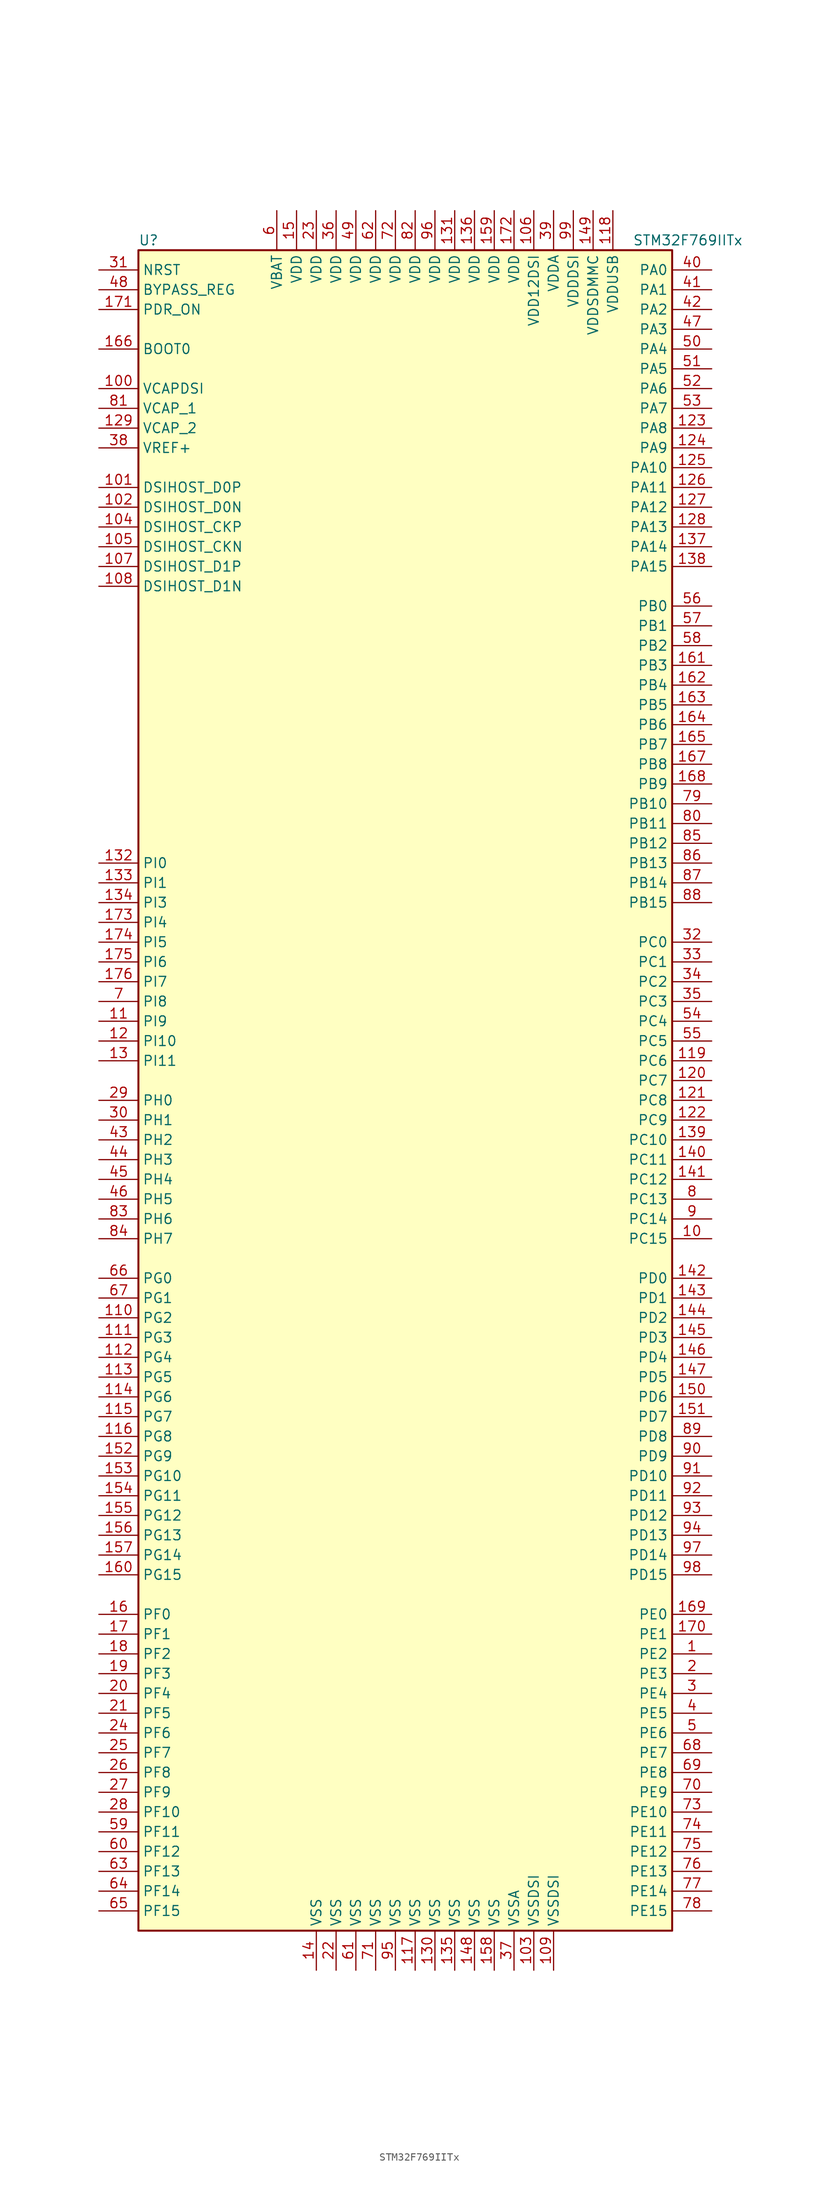
<source format=kicad_sym>
(kicad_symbol_lib
  (version 20201005)
  (generator kicad_symbol_editor)
  (symbol "STM32F769IITx"
    (property "Reference" "U"
      (at -35.56 107.95 0)
      (effects (font (size 1.27 1.27)) (justify left)))
    (property "Value" "STM32F769IITx"
      (at 27.94 107.95 0)
      (effects (font (size 1.27 1.27)) (justify left)))
    (symbol "STM32F769IITx_0_1"
      (rectangle (start -35.56 -109.22) (end 33.02 106.68) (stroke (width 0.254)) (fill (type background))))
    (symbol "STM32F769IITx_1_1"
      (pin bidirectional line (at 38.1 -73.66 180) (length 5.08) (name "PE2" (effects (font (size 1.27 1.27)))) (number "1" (effects (font (size 1.27 1.27)))))
      (pin bidirectional line (at 38.1 -20.32 180) (length 5.08) (name "PC15" (effects (font (size 1.27 1.27)))) (number "10" (effects (font (size 1.27 1.27)))))
      (pin power_in line (at -40.64 88.9 0) (length 5.08) (name "VCAPDSI" (effects (font (size 1.27 1.27)))) (number "100" (effects (font (size 1.27 1.27)))))
      (pin bidirectional line (at -40.64 76.2 0) (length 5.08) (name "DSIHOST_D0P" (effects (font (size 1.27 1.27)))) (number "101" (effects (font (size 1.27 1.27)))))
      (pin bidirectional line (at -40.64 73.66 0) (length 5.08) (name "DSIHOST_D0N" (effects (font (size 1.27 1.27)))) (number "102" (effects (font (size 1.27 1.27)))))
      (pin power_in line (at 15.24 -114.3 90) (length 5.08) (name "VSSDSI" (effects (font (size 1.27 1.27)))) (number "103" (effects (font (size 1.27 1.27)))))
      (pin bidirectional line (at -40.64 71.12 0) (length 5.08) (name "DSIHOST_CKP" (effects (font (size 1.27 1.27)))) (number "104" (effects (font (size 1.27 1.27)))))
      (pin bidirectional line (at -40.64 68.58 0) (length 5.08) (name "DSIHOST_CKN" (effects (font (size 1.27 1.27)))) (number "105" (effects (font (size 1.27 1.27)))))
      (pin power_in line (at 15.24 111.76 270) (length 5.08) (name "VDD12DSI" (effects (font (size 1.27 1.27)))) (number "106" (effects (font (size 1.27 1.27)))))
      (pin bidirectional line (at -40.64 66.04 0) (length 5.08) (name "DSIHOST_D1P" (effects (font (size 1.27 1.27)))) (number "107" (effects (font (size 1.27 1.27)))))
      (pin bidirectional line (at -40.64 63.5 0) (length 5.08) (name "DSIHOST_D1N" (effects (font (size 1.27 1.27)))) (number "108" (effects (font (size 1.27 1.27)))))
      (pin power_in line (at 17.78 -114.3 90) (length 5.08) (name "VSSDSI" (effects (font (size 1.27 1.27)))) (number "109" (effects (font (size 1.27 1.27)))))
      (pin bidirectional line (at -40.64 7.62 0) (length 5.08) (name "PI9" (effects (font (size 1.27 1.27)))) (number "11" (effects (font (size 1.27 1.27)))))
      (pin bidirectional line (at -40.64 -30.48 0) (length 5.08) (name "PG2" (effects (font (size 1.27 1.27)))) (number "110" (effects (font (size 1.27 1.27)))))
      (pin bidirectional line (at -40.64 -33.02 0) (length 5.08) (name "PG3" (effects (font (size 1.27 1.27)))) (number "111" (effects (font (size 1.27 1.27)))))
      (pin bidirectional line (at -40.64 -35.56 0) (length 5.08) (name "PG4" (effects (font (size 1.27 1.27)))) (number "112" (effects (font (size 1.27 1.27)))))
      (pin bidirectional line (at -40.64 -38.1 0) (length 5.08) (name "PG5" (effects (font (size 1.27 1.27)))) (number "113" (effects (font (size 1.27 1.27)))))
      (pin bidirectional line (at -40.64 -40.64 0) (length 5.08) (name "PG6" (effects (font (size 1.27 1.27)))) (number "114" (effects (font (size 1.27 1.27)))))
      (pin bidirectional line (at -40.64 -43.18 0) (length 5.08) (name "PG7" (effects (font (size 1.27 1.27)))) (number "115" (effects (font (size 1.27 1.27)))))
      (pin bidirectional line (at -40.64 -45.72 0) (length 5.08) (name "PG8" (effects (font (size 1.27 1.27)))) (number "116" (effects (font (size 1.27 1.27)))))
      (pin power_in line (at 0 -114.3 90) (length 5.08) (name "VSS" (effects (font (size 1.27 1.27)))) (number "117" (effects (font (size 1.27 1.27)))))
      (pin power_in line (at 25.4 111.76 270) (length 5.08) (name "VDDUSB" (effects (font (size 1.27 1.27)))) (number "118" (effects (font (size 1.27 1.27)))))
      (pin bidirectional line (at 38.1 2.54 180) (length 5.08) (name "PC6" (effects (font (size 1.27 1.27)))) (number "119" (effects (font (size 1.27 1.27)))))
      (pin bidirectional line (at -40.64 5.08 0) (length 5.08) (name "PI10" (effects (font (size 1.27 1.27)))) (number "12" (effects (font (size 1.27 1.27)))))
      (pin bidirectional line (at 38.1 0 180) (length 5.08) (name "PC7" (effects (font (size 1.27 1.27)))) (number "120" (effects (font (size 1.27 1.27)))))
      (pin bidirectional line (at 38.1 -2.54 180) (length 5.08) (name "PC8" (effects (font (size 1.27 1.27)))) (number "121" (effects (font (size 1.27 1.27)))))
      (pin bidirectional line (at 38.1 -5.08 180) (length 5.08) (name "PC9" (effects (font (size 1.27 1.27)))) (number "122" (effects (font (size 1.27 1.27)))))
      (pin bidirectional line (at 38.1 83.82 180) (length 5.08) (name "PA8" (effects (font (size 1.27 1.27)))) (number "123" (effects (font (size 1.27 1.27)))))
      (pin bidirectional line (at 38.1 81.28 180) (length 5.08) (name "PA9" (effects (font (size 1.27 1.27)))) (number "124" (effects (font (size 1.27 1.27)))))
      (pin bidirectional line (at 38.1 78.74 180) (length 5.08) (name "PA10" (effects (font (size 1.27 1.27)))) (number "125" (effects (font (size 1.27 1.27)))))
      (pin bidirectional line (at 38.1 76.2 180) (length 5.08) (name "PA11" (effects (font (size 1.27 1.27)))) (number "126" (effects (font (size 1.27 1.27)))))
      (pin bidirectional line (at 38.1 73.66 180) (length 5.08) (name "PA12" (effects (font (size 1.27 1.27)))) (number "127" (effects (font (size 1.27 1.27)))))
      (pin bidirectional line (at 38.1 71.12 180) (length 5.08) (name "PA13" (effects (font (size 1.27 1.27)))) (number "128" (effects (font (size 1.27 1.27)))))
      (pin power_in line (at -40.64 83.82 0) (length 5.08) (name "VCAP_2" (effects (font (size 1.27 1.27)))) (number "129" (effects (font (size 1.27 1.27)))))
      (pin bidirectional line (at -40.64 2.54 0) (length 5.08) (name "PI11" (effects (font (size 1.27 1.27)))) (number "13" (effects (font (size 1.27 1.27)))))
      (pin power_in line (at 2.54 -114.3 90) (length 5.08) (name "VSS" (effects (font (size 1.27 1.27)))) (number "130" (effects (font (size 1.27 1.27)))))
      (pin power_in line (at 5.08 111.76 270) (length 5.08) (name "VDD" (effects (font (size 1.27 1.27)))) (number "131" (effects (font (size 1.27 1.27)))))
      (pin bidirectional line (at -40.64 27.94 0) (length 5.08) (name "PI0" (effects (font (size 1.27 1.27)))) (number "132" (effects (font (size 1.27 1.27)))))
      (pin bidirectional line (at -40.64 25.4 0) (length 5.08) (name "PI1" (effects (font (size 1.27 1.27)))) (number "133" (effects (font (size 1.27 1.27)))))
      (pin bidirectional line (at -40.64 22.86 0) (length 5.08) (name "PI3" (effects (font (size 1.27 1.27)))) (number "134" (effects (font (size 1.27 1.27)))))
      (pin power_in line (at 5.08 -114.3 90) (length 5.08) (name "VSS" (effects (font (size 1.27 1.27)))) (number "135" (effects (font (size 1.27 1.27)))))
      (pin power_in line (at 7.62 111.76 270) (length 5.08) (name "VDD" (effects (font (size 1.27 1.27)))) (number "136" (effects (font (size 1.27 1.27)))))
      (pin bidirectional line (at 38.1 68.58 180) (length 5.08) (name "PA14" (effects (font (size 1.27 1.27)))) (number "137" (effects (font (size 1.27 1.27)))))
      (pin bidirectional line (at 38.1 66.04 180) (length 5.08) (name "PA15" (effects (font (size 1.27 1.27)))) (number "138" (effects (font (size 1.27 1.27)))))
      (pin bidirectional line (at 38.1 -7.62 180) (length 5.08) (name "PC10" (effects (font (size 1.27 1.27)))) (number "139" (effects (font (size 1.27 1.27)))))
      (pin power_in line (at -12.7 -114.3 90) (length 5.08) (name "VSS" (effects (font (size 1.27 1.27)))) (number "14" (effects (font (size 1.27 1.27)))))
      (pin bidirectional line (at 38.1 -10.16 180) (length 5.08) (name "PC11" (effects (font (size 1.27 1.27)))) (number "140" (effects (font (size 1.27 1.27)))))
      (pin bidirectional line (at 38.1 -12.7 180) (length 5.08) (name "PC12" (effects (font (size 1.27 1.27)))) (number "141" (effects (font (size 1.27 1.27)))))
      (pin bidirectional line (at 38.1 -25.4 180) (length 5.08) (name "PD0" (effects (font (size 1.27 1.27)))) (number "142" (effects (font (size 1.27 1.27)))))
      (pin bidirectional line (at 38.1 -27.94 180) (length 5.08) (name "PD1" (effects (font (size 1.27 1.27)))) (number "143" (effects (font (size 1.27 1.27)))))
      (pin bidirectional line (at 38.1 -30.48 180) (length 5.08) (name "PD2" (effects (font (size 1.27 1.27)))) (number "144" (effects (font (size 1.27 1.27)))))
      (pin bidirectional line (at 38.1 -33.02 180) (length 5.08) (name "PD3" (effects (font (size 1.27 1.27)))) (number "145" (effects (font (size 1.27 1.27)))))
      (pin bidirectional line (at 38.1 -35.56 180) (length 5.08) (name "PD4" (effects (font (size 1.27 1.27)))) (number "146" (effects (font (size 1.27 1.27)))))
      (pin bidirectional line (at 38.1 -38.1 180) (length 5.08) (name "PD5" (effects (font (size 1.27 1.27)))) (number "147" (effects (font (size 1.27 1.27)))))
      (pin power_in line (at 7.62 -114.3 90) (length 5.08) (name "VSS" (effects (font (size 1.27 1.27)))) (number "148" (effects (font (size 1.27 1.27)))))
      (pin power_in line (at 22.86 111.76 270) (length 5.08) (name "VDDSDMMC" (effects (font (size 1.27 1.27)))) (number "149" (effects (font (size 1.27 1.27)))))
      (pin power_in line (at -15.24 111.76 270) (length 5.08) (name "VDD" (effects (font (size 1.27 1.27)))) (number "15" (effects (font (size 1.27 1.27)))))
      (pin bidirectional line (at 38.1 -40.64 180) (length 5.08) (name "PD6" (effects (font (size 1.27 1.27)))) (number "150" (effects (font (size 1.27 1.27)))))
      (pin bidirectional line (at 38.1 -43.18 180) (length 5.08) (name "PD7" (effects (font (size 1.27 1.27)))) (number "151" (effects (font (size 1.27 1.27)))))
      (pin bidirectional line (at -40.64 -48.26 0) (length 5.08) (name "PG9" (effects (font (size 1.27 1.27)))) (number "152" (effects (font (size 1.27 1.27)))))
      (pin bidirectional line (at -40.64 -50.8 0) (length 5.08) (name "PG10" (effects (font (size 1.27 1.27)))) (number "153" (effects (font (size 1.27 1.27)))))
      (pin bidirectional line (at -40.64 -53.34 0) (length 5.08) (name "PG11" (effects (font (size 1.27 1.27)))) (number "154" (effects (font (size 1.27 1.27)))))
      (pin bidirectional line (at -40.64 -55.88 0) (length 5.08) (name "PG12" (effects (font (size 1.27 1.27)))) (number "155" (effects (font (size 1.27 1.27)))))
      (pin bidirectional line (at -40.64 -58.42 0) (length 5.08) (name "PG13" (effects (font (size 1.27 1.27)))) (number "156" (effects (font (size 1.27 1.27)))))
      (pin bidirectional line (at -40.64 -60.96 0) (length 5.08) (name "PG14" (effects (font (size 1.27 1.27)))) (number "157" (effects (font (size 1.27 1.27)))))
      (pin power_in line (at 10.16 -114.3 90) (length 5.08) (name "VSS" (effects (font (size 1.27 1.27)))) (number "158" (effects (font (size 1.27 1.27)))))
      (pin power_in line (at 10.16 111.76 270) (length 5.08) (name "VDD" (effects (font (size 1.27 1.27)))) (number "159" (effects (font (size 1.27 1.27)))))
      (pin bidirectional line (at -40.64 -68.58 0) (length 5.08) (name "PF0" (effects (font (size 1.27 1.27)))) (number "16" (effects (font (size 1.27 1.27)))))
      (pin bidirectional line (at -40.64 -63.5 0) (length 5.08) (name "PG15" (effects (font (size 1.27 1.27)))) (number "160" (effects (font (size 1.27 1.27)))))
      (pin bidirectional line (at 38.1 53.34 180) (length 5.08) (name "PB3" (effects (font (size 1.27 1.27)))) (number "161" (effects (font (size 1.27 1.27)))))
      (pin bidirectional line (at 38.1 50.8 180) (length 5.08) (name "PB4" (effects (font (size 1.27 1.27)))) (number "162" (effects (font (size 1.27 1.27)))))
      (pin bidirectional line (at 38.1 48.26 180) (length 5.08) (name "PB5" (effects (font (size 1.27 1.27)))) (number "163" (effects (font (size 1.27 1.27)))))
      (pin bidirectional line (at 38.1 45.72 180) (length 5.08) (name "PB6" (effects (font (size 1.27 1.27)))) (number "164" (effects (font (size 1.27 1.27)))))
      (pin bidirectional line (at 38.1 43.18 180) (length 5.08) (name "PB7" (effects (font (size 1.27 1.27)))) (number "165" (effects (font (size 1.27 1.27)))))
      (pin input line (at -40.64 93.98 0) (length 5.08) (name "BOOT0" (effects (font (size 1.27 1.27)))) (number "166" (effects (font (size 1.27 1.27)))))
      (pin bidirectional line (at 38.1 40.64 180) (length 5.08) (name "PB8" (effects (font (size 1.27 1.27)))) (number "167" (effects (font (size 1.27 1.27)))))
      (pin bidirectional line (at 38.1 38.1 180) (length 5.08) (name "PB9" (effects (font (size 1.27 1.27)))) (number "168" (effects (font (size 1.27 1.27)))))
      (pin bidirectional line (at 38.1 -68.58 180) (length 5.08) (name "PE0" (effects (font (size 1.27 1.27)))) (number "169" (effects (font (size 1.27 1.27)))))
      (pin bidirectional line (at -40.64 -71.12 0) (length 5.08) (name "PF1" (effects (font (size 1.27 1.27)))) (number "17" (effects (font (size 1.27 1.27)))))
      (pin bidirectional line (at 38.1 -71.12 180) (length 5.08) (name "PE1" (effects (font (size 1.27 1.27)))) (number "170" (effects (font (size 1.27 1.27)))))
      (pin input line (at -40.64 99.06 0) (length 5.08) (name "PDR_ON" (effects (font (size 1.27 1.27)))) (number "171" (effects (font (size 1.27 1.27)))))
      (pin power_in line (at 12.7 111.76 270) (length 5.08) (name "VDD" (effects (font (size 1.27 1.27)))) (number "172" (effects (font (size 1.27 1.27)))))
      (pin bidirectional line (at -40.64 20.32 0) (length 5.08) (name "PI4" (effects (font (size 1.27 1.27)))) (number "173" (effects (font (size 1.27 1.27)))))
      (pin bidirectional line (at -40.64 17.78 0) (length 5.08) (name "PI5" (effects (font (size 1.27 1.27)))) (number "174" (effects (font (size 1.27 1.27)))))
      (pin bidirectional line (at -40.64 15.24 0) (length 5.08) (name "PI6" (effects (font (size 1.27 1.27)))) (number "175" (effects (font (size 1.27 1.27)))))
      (pin bidirectional line (at -40.64 12.7 0) (length 5.08) (name "PI7" (effects (font (size 1.27 1.27)))) (number "176" (effects (font (size 1.27 1.27)))))
      (pin bidirectional line (at -40.64 -73.66 0) (length 5.08) (name "PF2" (effects (font (size 1.27 1.27)))) (number "18" (effects (font (size 1.27 1.27)))))
      (pin bidirectional line (at -40.64 -76.2 0) (length 5.08) (name "PF3" (effects (font (size 1.27 1.27)))) (number "19" (effects (font (size 1.27 1.27)))))
      (pin bidirectional line (at 38.1 -76.2 180) (length 5.08) (name "PE3" (effects (font (size 1.27 1.27)))) (number "2" (effects (font (size 1.27 1.27)))))
      (pin bidirectional line (at -40.64 -78.74 0) (length 5.08) (name "PF4" (effects (font (size 1.27 1.27)))) (number "20" (effects (font (size 1.27 1.27)))))
      (pin bidirectional line (at -40.64 -81.28 0) (length 5.08) (name "PF5" (effects (font (size 1.27 1.27)))) (number "21" (effects (font (size 1.27 1.27)))))
      (pin power_in line (at -10.16 -114.3 90) (length 5.08) (name "VSS" (effects (font (size 1.27 1.27)))) (number "22" (effects (font (size 1.27 1.27)))))
      (pin power_in line (at -12.7 111.76 270) (length 5.08) (name "VDD" (effects (font (size 1.27 1.27)))) (number "23" (effects (font (size 1.27 1.27)))))
      (pin bidirectional line (at -40.64 -83.82 0) (length 5.08) (name "PF6" (effects (font (size 1.27 1.27)))) (number "24" (effects (font (size 1.27 1.27)))))
      (pin bidirectional line (at -40.64 -86.36 0) (length 5.08) (name "PF7" (effects (font (size 1.27 1.27)))) (number "25" (effects (font (size 1.27 1.27)))))
      (pin bidirectional line (at -40.64 -88.9 0) (length 5.08) (name "PF8" (effects (font (size 1.27 1.27)))) (number "26" (effects (font (size 1.27 1.27)))))
      (pin bidirectional line (at -40.64 -91.44 0) (length 5.08) (name "PF9" (effects (font (size 1.27 1.27)))) (number "27" (effects (font (size 1.27 1.27)))))
      (pin bidirectional line (at -40.64 -93.98 0) (length 5.08) (name "PF10" (effects (font (size 1.27 1.27)))) (number "28" (effects (font (size 1.27 1.27)))))
      (pin input line (at -40.64 -2.54 0) (length 5.08) (name "PH0" (effects (font (size 1.27 1.27)))) (number "29" (effects (font (size 1.27 1.27)))))
      (pin bidirectional line (at 38.1 -78.74 180) (length 5.08) (name "PE4" (effects (font (size 1.27 1.27)))) (number "3" (effects (font (size 1.27 1.27)))))
      (pin input line (at -40.64 -5.08 0) (length 5.08) (name "PH1" (effects (font (size 1.27 1.27)))) (number "30" (effects (font (size 1.27 1.27)))))
      (pin input line (at -40.64 104.14 0) (length 5.08) (name "NRST" (effects (font (size 1.27 1.27)))) (number "31" (effects (font (size 1.27 1.27)))))
      (pin bidirectional line (at 38.1 17.78 180) (length 5.08) (name "PC0" (effects (font (size 1.27 1.27)))) (number "32" (effects (font (size 1.27 1.27)))))
      (pin bidirectional line (at 38.1 15.24 180) (length 5.08) (name "PC1" (effects (font (size 1.27 1.27)))) (number "33" (effects (font (size 1.27 1.27)))))
      (pin bidirectional line (at 38.1 12.7 180) (length 5.08) (name "PC2" (effects (font (size 1.27 1.27)))) (number "34" (effects (font (size 1.27 1.27)))))
      (pin bidirectional line (at 38.1 10.16 180) (length 5.08) (name "PC3" (effects (font (size 1.27 1.27)))) (number "35" (effects (font (size 1.27 1.27)))))
      (pin power_in line (at -10.16 111.76 270) (length 5.08) (name "VDD" (effects (font (size 1.27 1.27)))) (number "36" (effects (font (size 1.27 1.27)))))
      (pin power_in line (at 12.7 -114.3 90) (length 5.08) (name "VSSA" (effects (font (size 1.27 1.27)))) (number "37" (effects (font (size 1.27 1.27)))))
      (pin power_in line (at -40.64 81.28 0) (length 5.08) (name "VREF+" (effects (font (size 1.27 1.27)))) (number "38" (effects (font (size 1.27 1.27)))))
      (pin power_in line (at 17.78 111.76 270) (length 5.08) (name "VDDA" (effects (font (size 1.27 1.27)))) (number "39" (effects (font (size 1.27 1.27)))))
      (pin bidirectional line (at 38.1 -81.28 180) (length 5.08) (name "PE5" (effects (font (size 1.27 1.27)))) (number "4" (effects (font (size 1.27 1.27)))))
      (pin bidirectional line (at 38.1 104.14 180) (length 5.08) (name "PA0" (effects (font (size 1.27 1.27)))) (number "40" (effects (font (size 1.27 1.27)))))
      (pin bidirectional line (at 38.1 101.6 180) (length 5.08) (name "PA1" (effects (font (size 1.27 1.27)))) (number "41" (effects (font (size 1.27 1.27)))))
      (pin bidirectional line (at 38.1 99.06 180) (length 5.08) (name "PA2" (effects (font (size 1.27 1.27)))) (number "42" (effects (font (size 1.27 1.27)))))
      (pin bidirectional line (at -40.64 -7.62 0) (length 5.08) (name "PH2" (effects (font (size 1.27 1.27)))) (number "43" (effects (font (size 1.27 1.27)))))
      (pin bidirectional line (at -40.64 -10.16 0) (length 5.08) (name "PH3" (effects (font (size 1.27 1.27)))) (number "44" (effects (font (size 1.27 1.27)))))
      (pin bidirectional line (at -40.64 -12.7 0) (length 5.08) (name "PH4" (effects (font (size 1.27 1.27)))) (number "45" (effects (font (size 1.27 1.27)))))
      (pin bidirectional line (at -40.64 -15.24 0) (length 5.08) (name "PH5" (effects (font (size 1.27 1.27)))) (number "46" (effects (font (size 1.27 1.27)))))
      (pin bidirectional line (at 38.1 96.52 180) (length 5.08) (name "PA3" (effects (font (size 1.27 1.27)))) (number "47" (effects (font (size 1.27 1.27)))))
      (pin input line (at -40.64 101.6 0) (length 5.08) (name "BYPASS_REG" (effects (font (size 1.27 1.27)))) (number "48" (effects (font (size 1.27 1.27)))))
      (pin power_in line (at -7.62 111.76 270) (length 5.08) (name "VDD" (effects (font (size 1.27 1.27)))) (number "49" (effects (font (size 1.27 1.27)))))
      (pin bidirectional line (at 38.1 -83.82 180) (length 5.08) (name "PE6" (effects (font (size 1.27 1.27)))) (number "5" (effects (font (size 1.27 1.27)))))
      (pin bidirectional line (at 38.1 93.98 180) (length 5.08) (name "PA4" (effects (font (size 1.27 1.27)))) (number "50" (effects (font (size 1.27 1.27)))))
      (pin bidirectional line (at 38.1 91.44 180) (length 5.08) (name "PA5" (effects (font (size 1.27 1.27)))) (number "51" (effects (font (size 1.27 1.27)))))
      (pin bidirectional line (at 38.1 88.9 180) (length 5.08) (name "PA6" (effects (font (size 1.27 1.27)))) (number "52" (effects (font (size 1.27 1.27)))))
      (pin bidirectional line (at 38.1 86.36 180) (length 5.08) (name "PA7" (effects (font (size 1.27 1.27)))) (number "53" (effects (font (size 1.27 1.27)))))
      (pin bidirectional line (at 38.1 7.62 180) (length 5.08) (name "PC4" (effects (font (size 1.27 1.27)))) (number "54" (effects (font (size 1.27 1.27)))))
      (pin bidirectional line (at 38.1 5.08 180) (length 5.08) (name "PC5" (effects (font (size 1.27 1.27)))) (number "55" (effects (font (size 1.27 1.27)))))
      (pin bidirectional line (at 38.1 60.96 180) (length 5.08) (name "PB0" (effects (font (size 1.27 1.27)))) (number "56" (effects (font (size 1.27 1.27)))))
      (pin bidirectional line (at 38.1 58.42 180) (length 5.08) (name "PB1" (effects (font (size 1.27 1.27)))) (number "57" (effects (font (size 1.27 1.27)))))
      (pin bidirectional line (at 38.1 55.88 180) (length 5.08) (name "PB2" (effects (font (size 1.27 1.27)))) (number "58" (effects (font (size 1.27 1.27)))))
      (pin bidirectional line (at -40.64 -96.52 0) (length 5.08) (name "PF11" (effects (font (size 1.27 1.27)))) (number "59" (effects (font (size 1.27 1.27)))))
      (pin power_in line (at -17.78 111.76 270) (length 5.08) (name "VBAT" (effects (font (size 1.27 1.27)))) (number "6" (effects (font (size 1.27 1.27)))))
      (pin bidirectional line (at -40.64 -99.06 0) (length 5.08) (name "PF12" (effects (font (size 1.27 1.27)))) (number "60" (effects (font (size 1.27 1.27)))))
      (pin power_in line (at -7.62 -114.3 90) (length 5.08) (name "VSS" (effects (font (size 1.27 1.27)))) (number "61" (effects (font (size 1.27 1.27)))))
      (pin power_in line (at -5.08 111.76 270) (length 5.08) (name "VDD" (effects (font (size 1.27 1.27)))) (number "62" (effects (font (size 1.27 1.27)))))
      (pin bidirectional line (at -40.64 -101.6 0) (length 5.08) (name "PF13" (effects (font (size 1.27 1.27)))) (number "63" (effects (font (size 1.27 1.27)))))
      (pin bidirectional line (at -40.64 -104.14 0) (length 5.08) (name "PF14" (effects (font (size 1.27 1.27)))) (number "64" (effects (font (size 1.27 1.27)))))
      (pin bidirectional line (at -40.64 -106.68 0) (length 5.08) (name "PF15" (effects (font (size 1.27 1.27)))) (number "65" (effects (font (size 1.27 1.27)))))
      (pin bidirectional line (at -40.64 -25.4 0) (length 5.08) (name "PG0" (effects (font (size 1.27 1.27)))) (number "66" (effects (font (size 1.27 1.27)))))
      (pin bidirectional line (at -40.64 -27.94 0) (length 5.08) (name "PG1" (effects (font (size 1.27 1.27)))) (number "67" (effects (font (size 1.27 1.27)))))
      (pin bidirectional line (at 38.1 -86.36 180) (length 5.08) (name "PE7" (effects (font (size 1.27 1.27)))) (number "68" (effects (font (size 1.27 1.27)))))
      (pin bidirectional line (at 38.1 -88.9 180) (length 5.08) (name "PE8" (effects (font (size 1.27 1.27)))) (number "69" (effects (font (size 1.27 1.27)))))
      (pin bidirectional line (at -40.64 10.16 0) (length 5.08) (name "PI8" (effects (font (size 1.27 1.27)))) (number "7" (effects (font (size 1.27 1.27)))))
      (pin bidirectional line (at 38.1 -91.44 180) (length 5.08) (name "PE9" (effects (font (size 1.27 1.27)))) (number "70" (effects (font (size 1.27 1.27)))))
      (pin power_in line (at -5.08 -114.3 90) (length 5.08) (name "VSS" (effects (font (size 1.27 1.27)))) (number "71" (effects (font (size 1.27 1.27)))))
      (pin power_in line (at -2.54 111.76 270) (length 5.08) (name "VDD" (effects (font (size 1.27 1.27)))) (number "72" (effects (font (size 1.27 1.27)))))
      (pin bidirectional line (at 38.1 -93.98 180) (length 5.08) (name "PE10" (effects (font (size 1.27 1.27)))) (number "73" (effects (font (size 1.27 1.27)))))
      (pin bidirectional line (at 38.1 -96.52 180) (length 5.08) (name "PE11" (effects (font (size 1.27 1.27)))) (number "74" (effects (font (size 1.27 1.27)))))
      (pin bidirectional line (at 38.1 -99.06 180) (length 5.08) (name "PE12" (effects (font (size 1.27 1.27)))) (number "75" (effects (font (size 1.27 1.27)))))
      (pin bidirectional line (at 38.1 -101.6 180) (length 5.08) (name "PE13" (effects (font (size 1.27 1.27)))) (number "76" (effects (font (size 1.27 1.27)))))
      (pin bidirectional line (at 38.1 -104.14 180) (length 5.08) (name "PE14" (effects (font (size 1.27 1.27)))) (number "77" (effects (font (size 1.27 1.27)))))
      (pin bidirectional line (at 38.1 -106.68 180) (length 5.08) (name "PE15" (effects (font (size 1.27 1.27)))) (number "78" (effects (font (size 1.27 1.27)))))
      (pin bidirectional line (at 38.1 35.56 180) (length 5.08) (name "PB10" (effects (font (size 1.27 1.27)))) (number "79" (effects (font (size 1.27 1.27)))))
      (pin bidirectional line (at 38.1 -15.24 180) (length 5.08) (name "PC13" (effects (font (size 1.27 1.27)))) (number "8" (effects (font (size 1.27 1.27)))))
      (pin bidirectional line (at 38.1 33.02 180) (length 5.08) (name "PB11" (effects (font (size 1.27 1.27)))) (number "80" (effects (font (size 1.27 1.27)))))
      (pin power_in line (at -40.64 86.36 0) (length 5.08) (name "VCAP_1" (effects (font (size 1.27 1.27)))) (number "81" (effects (font (size 1.27 1.27)))))
      (pin power_in line (at 0 111.76 270) (length 5.08) (name "VDD" (effects (font (size 1.27 1.27)))) (number "82" (effects (font (size 1.27 1.27)))))
      (pin bidirectional line (at -40.64 -17.78 0) (length 5.08) (name "PH6" (effects (font (size 1.27 1.27)))) (number "83" (effects (font (size 1.27 1.27)))))
      (pin bidirectional line (at -40.64 -20.32 0) (length 5.08) (name "PH7" (effects (font (size 1.27 1.27)))) (number "84" (effects (font (size 1.27 1.27)))))
      (pin bidirectional line (at 38.1 30.48 180) (length 5.08) (name "PB12" (effects (font (size 1.27 1.27)))) (number "85" (effects (font (size 1.27 1.27)))))
      (pin bidirectional line (at 38.1 27.94 180) (length 5.08) (name "PB13" (effects (font (size 1.27 1.27)))) (number "86" (effects (font (size 1.27 1.27)))))
      (pin bidirectional line (at 38.1 25.4 180) (length 5.08) (name "PB14" (effects (font (size 1.27 1.27)))) (number "87" (effects (font (size 1.27 1.27)))))
      (pin bidirectional line (at 38.1 22.86 180) (length 5.08) (name "PB15" (effects (font (size 1.27 1.27)))) (number "88" (effects (font (size 1.27 1.27)))))
      (pin bidirectional line (at 38.1 -45.72 180) (length 5.08) (name "PD8" (effects (font (size 1.27 1.27)))) (number "89" (effects (font (size 1.27 1.27)))))
      (pin bidirectional line (at 38.1 -17.78 180) (length 5.08) (name "PC14" (effects (font (size 1.27 1.27)))) (number "9" (effects (font (size 1.27 1.27)))))
      (pin bidirectional line (at 38.1 -48.26 180) (length 5.08) (name "PD9" (effects (font (size 1.27 1.27)))) (number "90" (effects (font (size 1.27 1.27)))))
      (pin bidirectional line (at 38.1 -50.8 180) (length 5.08) (name "PD10" (effects (font (size 1.27 1.27)))) (number "91" (effects (font (size 1.27 1.27)))))
      (pin bidirectional line (at 38.1 -53.34 180) (length 5.08) (name "PD11" (effects (font (size 1.27 1.27)))) (number "92" (effects (font (size 1.27 1.27)))))
      (pin bidirectional line (at 38.1 -55.88 180) (length 5.08) (name "PD12" (effects (font (size 1.27 1.27)))) (number "93" (effects (font (size 1.27 1.27)))))
      (pin bidirectional line (at 38.1 -58.42 180) (length 5.08) (name "PD13" (effects (font (size 1.27 1.27)))) (number "94" (effects (font (size 1.27 1.27)))))
      (pin power_in line (at -2.54 -114.3 90) (length 5.08) (name "VSS" (effects (font (size 1.27 1.27)))) (number "95" (effects (font (size 1.27 1.27)))))
      (pin power_in line (at 2.54 111.76 270) (length 5.08) (name "VDD" (effects (font (size 1.27 1.27)))) (number "96" (effects (font (size 1.27 1.27)))))
      (pin bidirectional line (at 38.1 -60.96 180) (length 5.08) (name "PD14" (effects (font (size 1.27 1.27)))) (number "97" (effects (font (size 1.27 1.27)))))
      (pin bidirectional line (at 38.1 -63.5 180) (length 5.08) (name "PD15" (effects (font (size 1.27 1.27)))) (number "98" (effects (font (size 1.27 1.27)))))
      (pin power_in line (at 20.32 111.76 270) (length 5.08) (name "VDDDSI" (effects (font (size 1.27 1.27)))) (number "99" (effects (font (size 1.27 1.27))))))))
</source>
